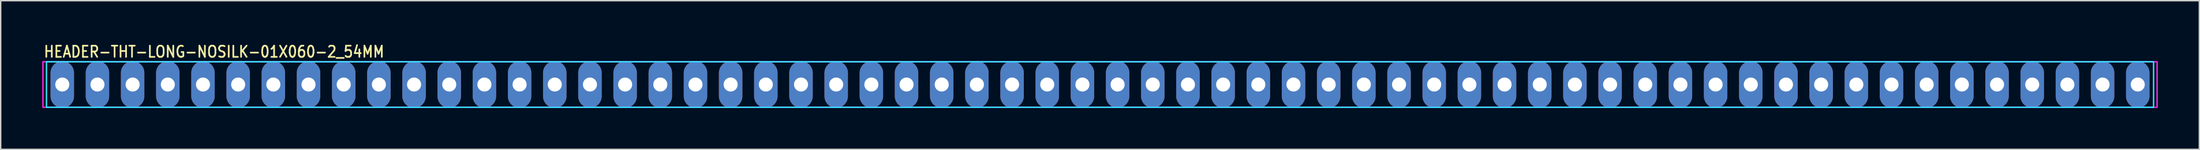
<source format=kicad_pcb>
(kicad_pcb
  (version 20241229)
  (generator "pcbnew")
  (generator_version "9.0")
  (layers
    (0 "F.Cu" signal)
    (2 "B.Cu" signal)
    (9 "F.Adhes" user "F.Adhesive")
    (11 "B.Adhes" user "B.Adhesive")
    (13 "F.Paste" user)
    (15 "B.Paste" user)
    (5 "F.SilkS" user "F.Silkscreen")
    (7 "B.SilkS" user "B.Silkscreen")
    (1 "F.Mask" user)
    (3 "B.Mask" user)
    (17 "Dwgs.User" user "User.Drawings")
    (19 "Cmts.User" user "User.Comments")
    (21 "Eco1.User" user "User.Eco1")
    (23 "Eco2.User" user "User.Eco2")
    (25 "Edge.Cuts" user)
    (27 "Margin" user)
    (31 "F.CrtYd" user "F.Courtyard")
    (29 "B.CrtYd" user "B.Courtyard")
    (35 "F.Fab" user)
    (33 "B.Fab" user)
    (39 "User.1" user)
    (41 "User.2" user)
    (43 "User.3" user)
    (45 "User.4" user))
  (footprint "HEADER-THT-LONG-NOSILK-01X060-2_54MM"
    (layer "F.Cu")
    (at 1.447 3.079)
    (property "Reference" "HEADER-THT-LONG-NOSILK-01X060-2_54MM" (at -1.4 -1.9 0) (unlocked yes) (layer "F.SilkS") (effects (font (size 0.813 0.695) (thickness 0.122)) (justify left bottom)))
    (fp_poly (pts (xy -1.143 -1.651) (xy 151.003 -1.651) (xy 151.003 1.651) (xy -1.143 1.651)) (stroke (width 0.1) (type solid)) (fill no) (layer "B.CrtYd"))
    (fp_poly (pts (xy -1.397 -1.651) (xy 151.257 -1.651) (xy 151.257 1.651) (xy -1.397 1.651)) (stroke (width 0.1) (type solid)) (fill no) (layer "F.CrtYd"))
    (pad "1" thru_hole oval (at 0 0 90) (size 3.387 1.693) (drill 1.016) (layers "*.Cu" "*.Mask"))
    (pad "2" thru_hole oval (at 2.54 0 90) (size 3.387 1.693) (drill 1.016) (layers "*.Cu" "*.Mask"))
    (pad "3" thru_hole oval (at 5.08 0 90) (size 3.387 1.693) (drill 1.016) (layers "*.Cu" "*.Mask"))
    (pad "4" thru_hole oval (at 7.62 0 90) (size 3.387 1.693) (drill 1.016) (layers "*.Cu" "*.Mask"))
    (pad "5" thru_hole oval (at 10.16 0 90) (size 3.387 1.693) (drill 1.016) (layers "*.Cu" "*.Mask"))
    (pad "6" thru_hole oval (at 12.7 0 90) (size 3.387 1.693) (drill 1.016) (layers "*.Cu" "*.Mask"))
    (pad "7" thru_hole oval (at 15.24 0 90) (size 3.387 1.693) (drill 1.016) (layers "*.Cu" "*.Mask"))
    (pad "8" thru_hole oval (at 17.78 0 90) (size 3.387 1.693) (drill 1.016) (layers "*.Cu" "*.Mask"))
    (pad "9" thru_hole oval (at 20.32 0 90) (size 3.387 1.693) (drill 1.016) (layers "*.Cu" "*.Mask"))
    (pad "10" thru_hole oval (at 22.86 0 90) (size 3.387 1.693) (drill 1.016) (layers "*.Cu" "*.Mask"))
    (pad "11" thru_hole oval (at 25.4 0 90) (size 3.387 1.693) (drill 1.016) (layers "*.Cu" "*.Mask"))
    (pad "12" thru_hole oval (at 27.94 0 90) (size 3.387 1.693) (drill 1.016) (layers "*.Cu" "*.Mask"))
    (pad "13" thru_hole oval (at 30.48 0 90) (size 3.387 1.693) (drill 1.016) (layers "*.Cu" "*.Mask"))
    (pad "14" thru_hole oval (at 33.02 0 90) (size 3.387 1.693) (drill 1.016) (layers "*.Cu" "*.Mask"))
    (pad "15" thru_hole oval (at 35.56 0 90) (size 3.387 1.693) (drill 1.016) (layers "*.Cu" "*.Mask"))
    (pad "16" thru_hole oval (at 38.1 0 90) (size 3.387 1.693) (drill 1.016) (layers "*.Cu" "*.Mask"))
    (pad "17" thru_hole oval (at 40.64 0 90) (size 3.387 1.693) (drill 1.016) (layers "*.Cu" "*.Mask"))
    (pad "18" thru_hole oval (at 43.18 0 90) (size 3.387 1.693) (drill 1.016) (layers "*.Cu" "*.Mask"))
    (pad "19" thru_hole oval (at 45.72 0 90) (size 3.387 1.693) (drill 1.016) (layers "*.Cu" "*.Mask"))
    (pad "20" thru_hole oval (at 48.26 0 90) (size 3.387 1.693) (drill 1.016) (layers "*.Cu" "*.Mask"))
    (pad "21" thru_hole oval (at 50.8 0 90) (size 3.387 1.693) (drill 1.016) (layers "*.Cu" "*.Mask"))
    (pad "22" thru_hole oval (at 53.34 0 90) (size 3.387 1.693) (drill 1.016) (layers "*.Cu" "*.Mask"))
    (pad "23" thru_hole oval (at 55.88 0 90) (size 3.387 1.693) (drill 1.016) (layers "*.Cu" "*.Mask"))
    (pad "24" thru_hole oval (at 58.42 0 90) (size 3.387 1.693) (drill 1.016) (layers "*.Cu" "*.Mask"))
    (pad "25" thru_hole oval (at 60.96 0 90) (size 3.387 1.693) (drill 1.016) (layers "*.Cu" "*.Mask"))
    (pad "26" thru_hole oval (at 63.5 0 90) (size 3.387 1.693) (drill 1.016) (layers "*.Cu" "*.Mask"))
    (pad "27" thru_hole oval (at 66.04 0 90) (size 3.387 1.693) (drill 1.016) (layers "*.Cu" "*.Mask"))
    (pad "28" thru_hole oval (at 68.58 0 90) (size 3.387 1.693) (drill 1.016) (layers "*.Cu" "*.Mask"))
    (pad "29" thru_hole oval (at 71.12 0 90) (size 3.387 1.693) (drill 1.016) (layers "*.Cu" "*.Mask"))
    (pad "30" thru_hole oval (at 73.66 0 90) (size 3.387 1.693) (drill 1.016) (layers "*.Cu" "*.Mask"))
    (pad "31" thru_hole oval (at 76.2 0 90) (size 3.387 1.693) (drill 1.016) (layers "*.Cu" "*.Mask"))
    (pad "32" thru_hole oval (at 78.74 0 90) (size 3.387 1.693) (drill 1.016) (layers "*.Cu" "*.Mask"))
    (pad "33" thru_hole oval (at 81.28 0 90) (size 3.387 1.693) (drill 1.016) (layers "*.Cu" "*.Mask"))
    (pad "34" thru_hole oval (at 83.82 0 90) (size 3.387 1.693) (drill 1.016) (layers "*.Cu" "*.Mask"))
    (pad "35" thru_hole oval (at 86.36 0 90) (size 3.387 1.693) (drill 1.016) (layers "*.Cu" "*.Mask"))
    (pad "36" thru_hole oval (at 88.9 0 90) (size 3.387 1.693) (drill 1.016) (layers "*.Cu" "*.Mask"))
    (pad "37" thru_hole oval (at 91.44 0 90) (size 3.387 1.693) (drill 1.016) (layers "*.Cu" "*.Mask"))
    (pad "38" thru_hole oval (at 93.98 0 90) (size 3.387 1.693) (drill 1.016) (layers "*.Cu" "*.Mask"))
    (pad "39" thru_hole oval (at 96.52 0 90) (size 3.387 1.693) (drill 1.016) (layers "*.Cu" "*.Mask"))
    (pad "40" thru_hole oval (at 99.06 0 90) (size 3.387 1.693) (drill 1.016) (layers "*.Cu" "*.Mask"))
    (pad "41" thru_hole oval (at 101.6 0 90) (size 3.387 1.693) (drill 1.016) (layers "*.Cu" "*.Mask"))
    (pad "42" thru_hole oval (at 104.14 0 90) (size 3.387 1.693) (drill 1.016) (layers "*.Cu" "*.Mask"))
    (pad "43" thru_hole oval (at 106.68 0 90) (size 3.387 1.693) (drill 1.016) (layers "*.Cu" "*.Mask"))
    (pad "44" thru_hole oval (at 109.22 0 90) (size 3.387 1.693) (drill 1.016) (layers "*.Cu" "*.Mask"))
    (pad "45" thru_hole oval (at 111.76 0 90) (size 3.387 1.693) (drill 1.016) (layers "*.Cu" "*.Mask"))
    (pad "46" thru_hole oval (at 114.3 0 90) (size 3.387 1.693) (drill 1.016) (layers "*.Cu" "*.Mask"))
    (pad "47" thru_hole oval (at 116.84 0 90) (size 3.387 1.693) (drill 1.016) (layers "*.Cu" "*.Mask"))
    (pad "48" thru_hole oval (at 119.38 0 90) (size 3.387 1.693) (drill 1.016) (layers "*.Cu" "*.Mask"))
    (pad "49" thru_hole oval (at 121.92 0 90) (size 3.387 1.693) (drill 1.016) (layers "*.Cu" "*.Mask"))
    (pad "50" thru_hole oval (at 124.46 0 90) (size 3.387 1.693) (drill 1.016) (layers "*.Cu" "*.Mask"))
    (pad "51" thru_hole oval (at 127 0 90) (size 3.387 1.693) (drill 1.016) (layers "*.Cu" "*.Mask"))
    (pad "52" thru_hole oval (at 129.54 0 90) (size 3.387 1.693) (drill 1.016) (layers "*.Cu" "*.Mask"))
    (pad "53" thru_hole oval (at 132.08 0 90) (size 3.387 1.693) (drill 1.016) (layers "*.Cu" "*.Mask"))
    (pad "54" thru_hole oval (at 134.62 0 90) (size 3.387 1.693) (drill 1.016) (layers "*.Cu" "*.Mask"))
    (pad "55" thru_hole oval (at 137.16 0 90) (size 3.387 1.693) (drill 1.016) (layers "*.Cu" "*.Mask"))
    (pad "56" thru_hole oval (at 139.7 0 90) (size 3.387 1.693) (drill 1.016) (layers "*.Cu" "*.Mask"))
    (pad "57" thru_hole oval (at 142.24 0 90) (size 3.387 1.693) (drill 1.016) (layers "*.Cu" "*.Mask"))
    (pad "58" thru_hole oval (at 144.78 0 90) (size 3.387 1.693) (drill 1.016) (layers "*.Cu" "*.Mask"))
    (pad "59" thru_hole oval (at 147.32 0 90) (size 3.387 1.693) (drill 1.016) (layers "*.Cu" "*.Mask"))
    (pad "60" thru_hole oval (at 149.86 0 90) (size 3.387 1.693) (drill 1.016) (layers "*.Cu" "*.Mask")))
  (gr_rect
    (start -3 -3)
    (end 155.754 7.78)
    (stroke (width 0.1) (type default))
    (fill no)
    (layer "Edge.Cuts")))
</source>
